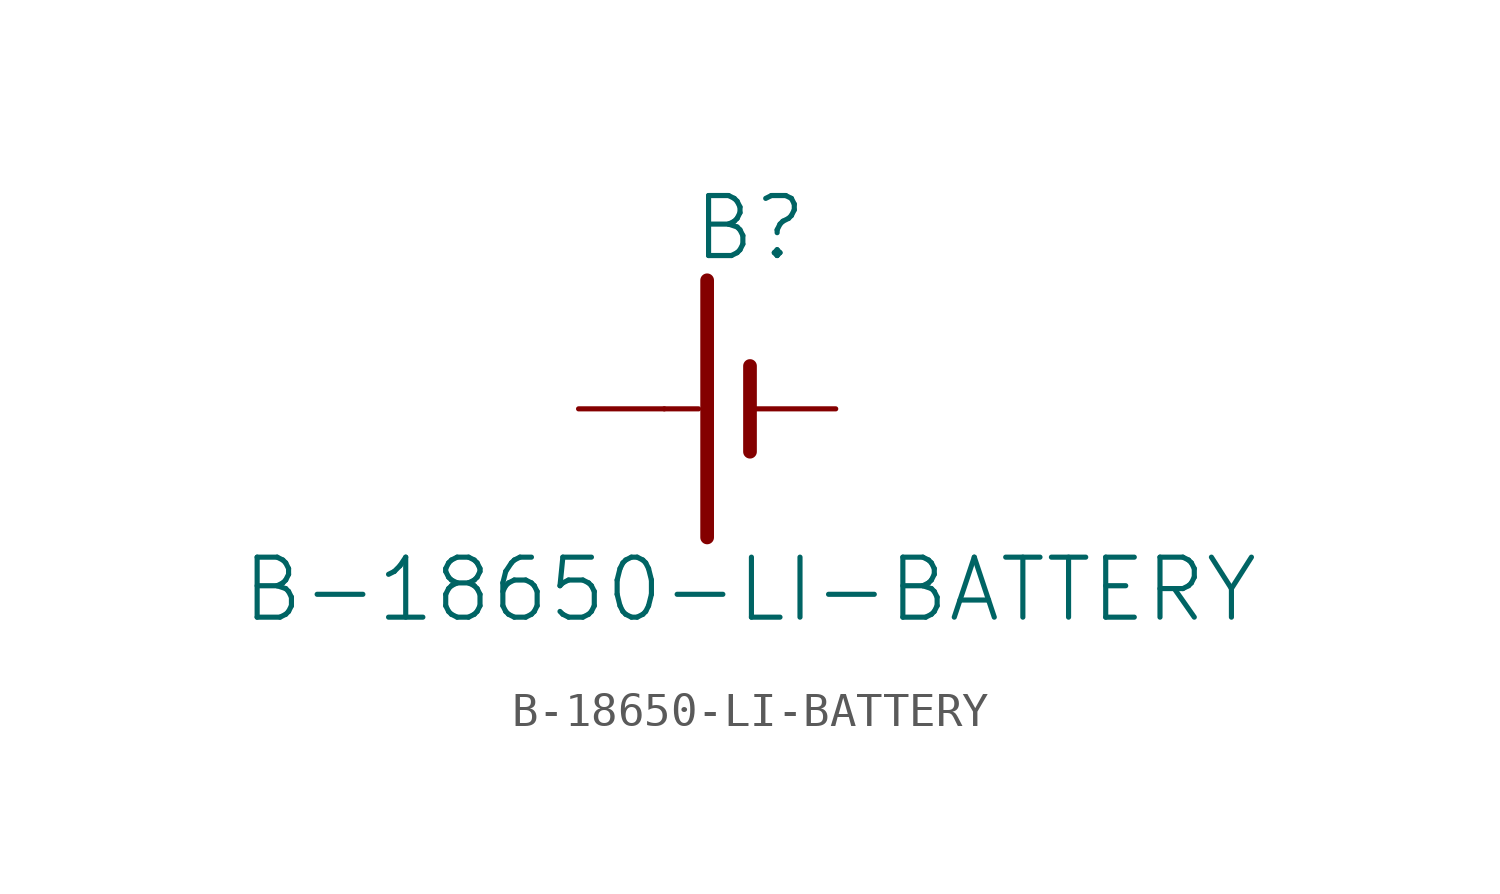
<source format=kicad_sym>
(kicad_symbol_lib
  (version 20211014)
  (generator kicad_symbol_editor)
  (symbol "B-18650-LI-BATTERY"
    (property "Reference" "B"
      (at 0 4.318 0)
      (effects (font (size 1.778 1.778)) (justify bottom)))
    (property "Value" "B-18650-LI-BATTERY"
      (at 0 -4.318 0)
      (effects (font (size 1.778 1.778)) (justify top)))
    (property "ki_locked" ""
      (at 0 0 0)
      (effects (font (size 1.27 1.27))))
    (symbol "B-18650-LI-BATTERY_1_0"
      (polyline (pts (xy -2.54 0) (xy -1.524 0)) (stroke (width 0.152) (type default) (color 0 0 0 0)) (fill (type none)))
      (polyline (pts (xy -1.27 3.81) (xy -1.27 -3.81)) (stroke (width 0.406) (type default) (color 0 0 0 0)) (fill (type none)))
      (polyline (pts (xy 0 1.27) (xy 0 -1.27)) (stroke (width 0.406) (type default) (color 0 0 0 0)) (fill (type none)))
      (pin power_in line (at 2.54 0 180) (length 2.54) (name "NEG" (effects (font (size 0 0)))) (number "NEG-T" (effects (font (size 0 0)))))
      (pin power_in line (at -5.08 0 0) (length 2.54) (name "POS" (effects (font (size 0 0)))) (number "POS-T" (effects (font (size 0 0))))))))
</source>
